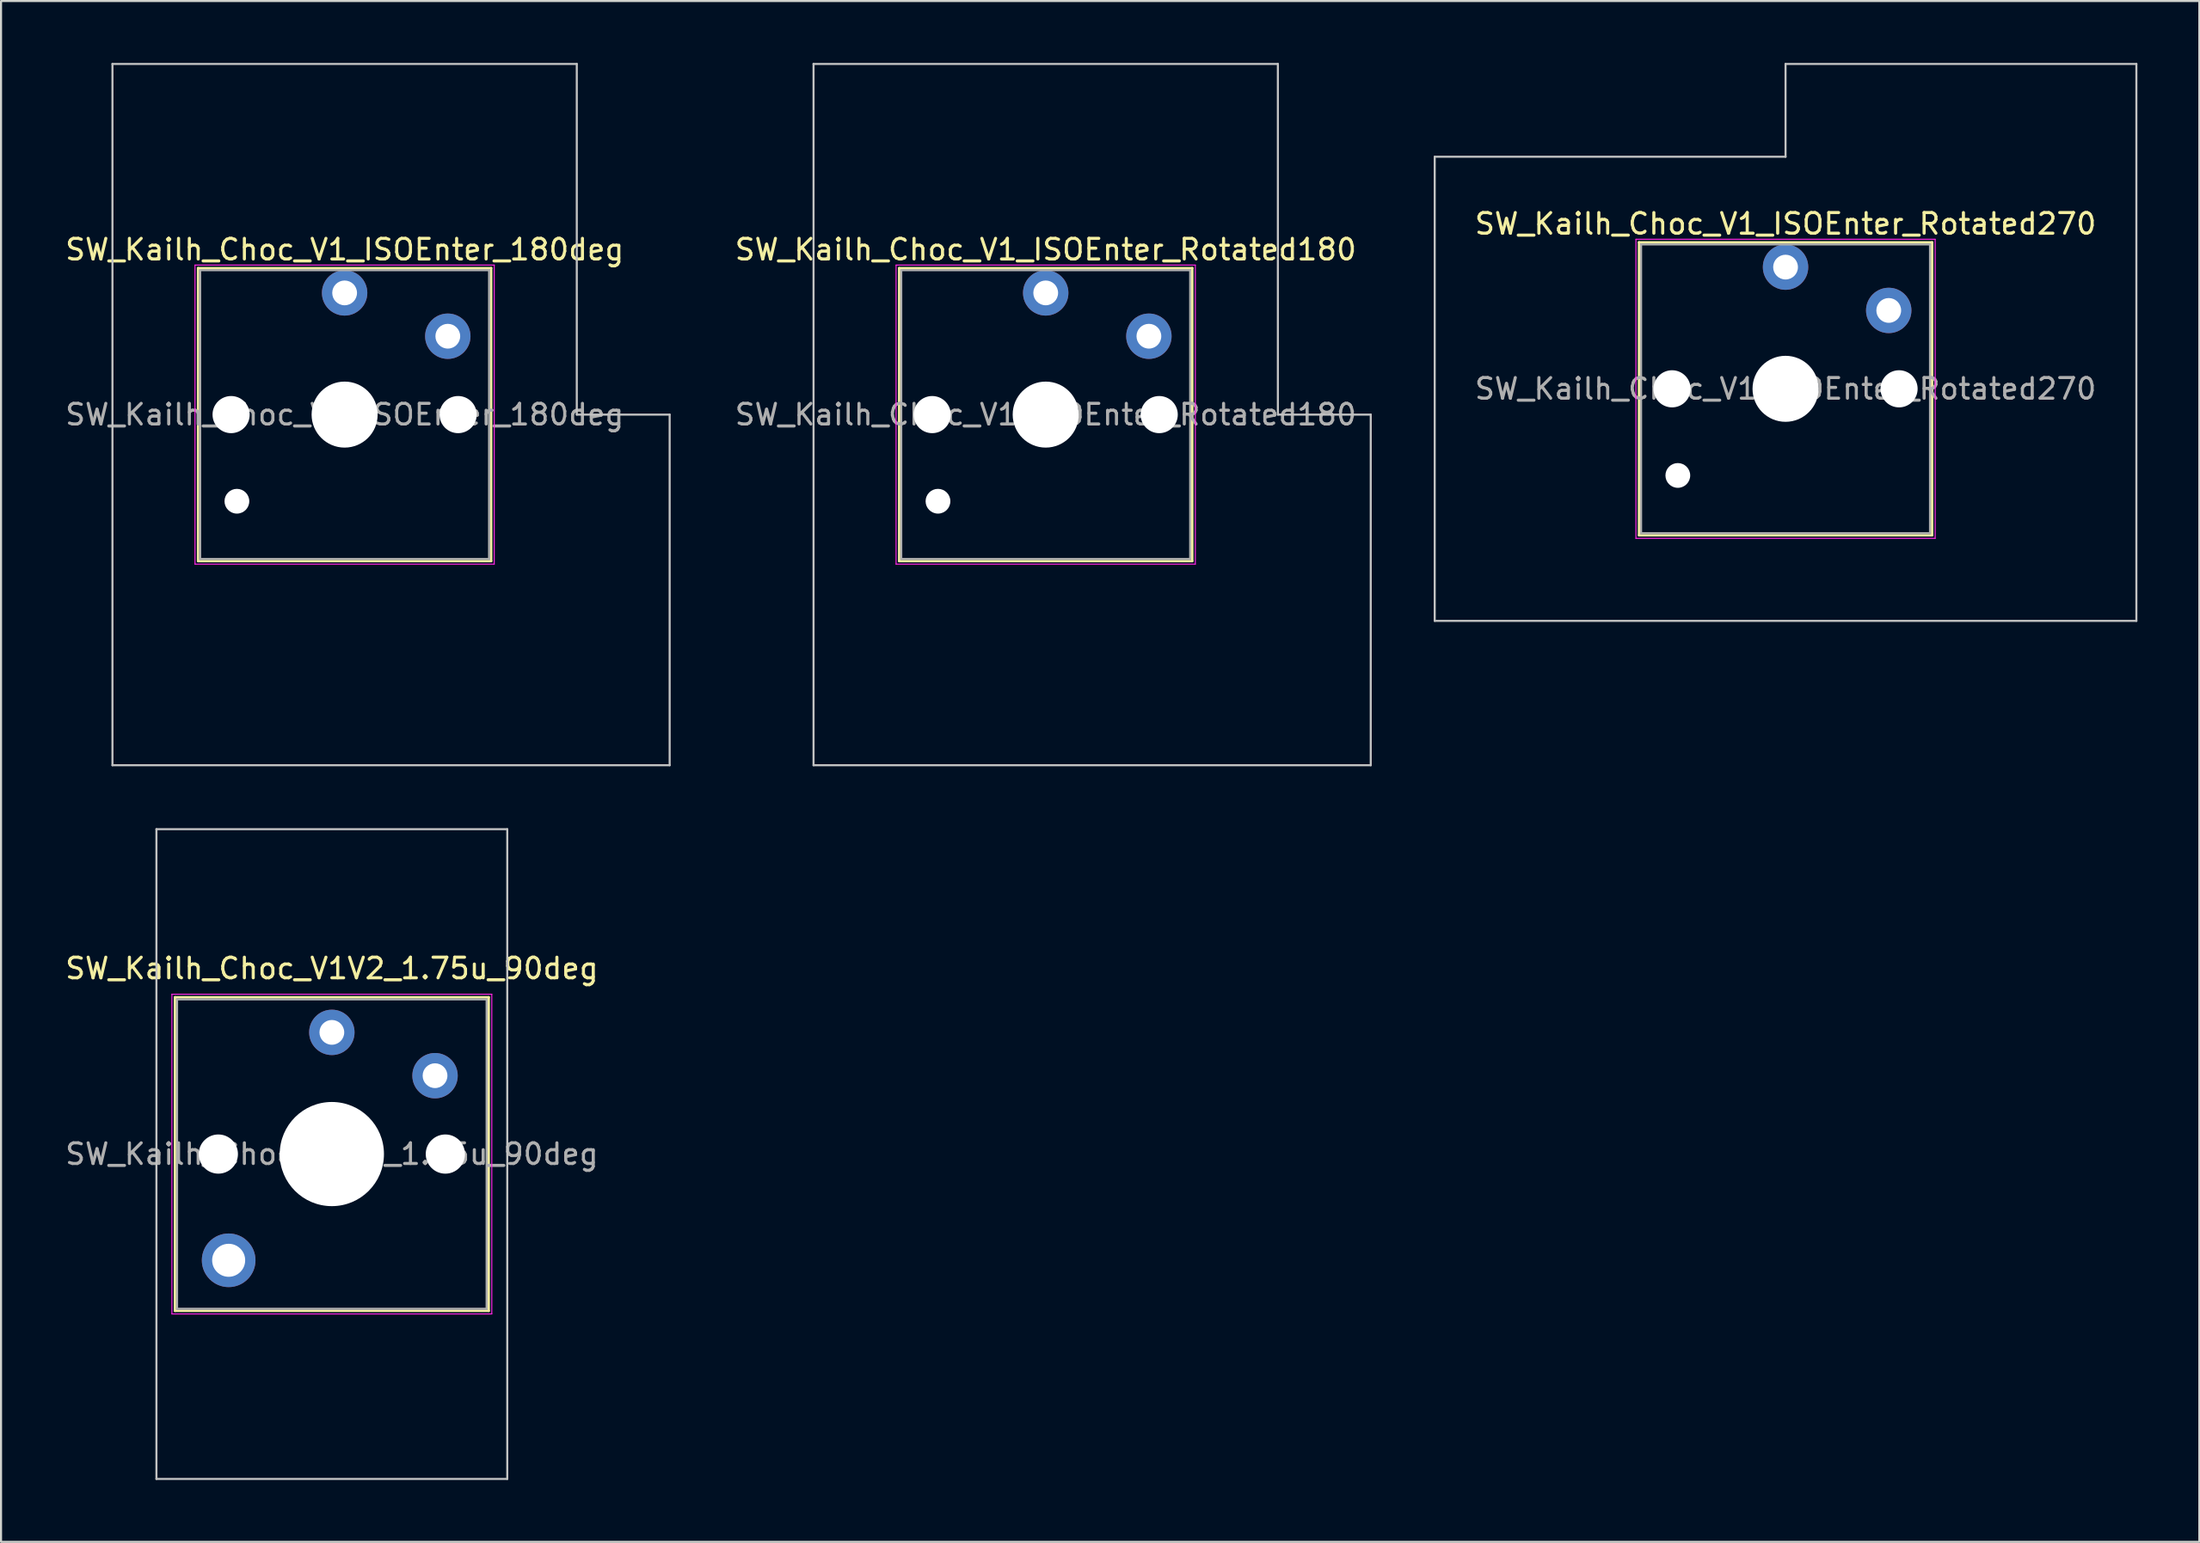
<source format=kicad_pcb>
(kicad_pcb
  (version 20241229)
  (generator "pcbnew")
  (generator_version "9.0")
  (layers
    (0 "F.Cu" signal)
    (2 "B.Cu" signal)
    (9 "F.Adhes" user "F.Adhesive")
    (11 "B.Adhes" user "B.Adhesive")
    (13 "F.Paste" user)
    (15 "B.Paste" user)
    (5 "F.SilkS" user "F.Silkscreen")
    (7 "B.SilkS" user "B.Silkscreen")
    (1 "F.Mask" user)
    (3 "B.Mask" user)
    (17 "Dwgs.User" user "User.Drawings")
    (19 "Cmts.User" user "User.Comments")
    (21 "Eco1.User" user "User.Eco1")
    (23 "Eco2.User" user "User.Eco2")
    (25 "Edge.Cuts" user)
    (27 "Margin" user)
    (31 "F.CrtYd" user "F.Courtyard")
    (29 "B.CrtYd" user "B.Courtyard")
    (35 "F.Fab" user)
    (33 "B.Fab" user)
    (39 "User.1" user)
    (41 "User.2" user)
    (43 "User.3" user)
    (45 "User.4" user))
  (footprint "SW_Kailh_Choc_V1_ISOEnter_Rotated270"
    (layer "F.Cu")
    (at 83.471 15.8)
    (property "Reference" "SW_Kailh_Choc_V1_ISOEnter_Rotated270" (at 0 -8 0) (layer "F.SilkS") (effects (font (size 1 1) (thickness 0.15))))
    (attr through_hole)
    (fp_line (start -7.1 -7.1) (end -7.1 7.1) (stroke (width 0.12) (type solid)) (layer "F.SilkS"))
    (fp_line (start -7.1 7.1) (end 7.1 7.1) (stroke (width 0.12) (type solid)) (layer "F.SilkS"))
    (fp_line (start 7.1 -7.1) (end -7.1 -7.1) (stroke (width 0.12) (type solid)) (layer "F.SilkS"))
    (fp_line (start 7.1 7.1) (end 7.1 -7.1) (stroke (width 0.12) (type solid)) (layer "F.SilkS"))
    (fp_line (start -17 -11.25) (end -17 11.25) (stroke (width 0.1) (type solid)) (layer "Dwgs.User"))
    (fp_line (start -17 11.25) (end 17 11.25) (stroke (width 0.1) (type solid)) (layer "Dwgs.User"))
    (fp_line (start 0 -15.75) (end 0 -11.25) (stroke (width 0.1) (type solid)) (layer "Dwgs.User"))
    (fp_line (start 0 -11.25) (end -17 -11.25) (stroke (width 0.1) (type solid)) (layer "Dwgs.User"))
    (fp_line (start 17 -15.75) (end 0 -15.75) (stroke (width 0.1) (type solid)) (layer "Dwgs.User"))
    (fp_line (start 17 11.25) (end 17 -15.75) (stroke (width 0.1) (type solid)) (layer "Dwgs.User"))
    (fp_line (start -7.25 -7.25) (end -7.25 7.25) (stroke (width 0.05) (type solid)) (layer "F.CrtYd"))
    (fp_line (start -7.25 7.25) (end 7.25 7.25) (stroke (width 0.05) (type solid)) (layer "F.CrtYd"))
    (fp_line (start 7.25 -7.25) (end -7.25 -7.25) (stroke (width 0.05) (type solid)) (layer "F.CrtYd"))
    (fp_line (start 7.25 7.25) (end 7.25 -7.25) (stroke (width 0.05) (type solid)) (layer "F.CrtYd"))
    (fp_line (start -7 -7) (end -7 7) (stroke (width 0.1) (type solid)) (layer "F.Fab"))
    (fp_line (start -7 7) (end 7 7) (stroke (width 0.1) (type solid)) (layer "F.Fab"))
    (fp_line (start 7 -7) (end -7 -7) (stroke (width 0.1) (type solid)) (layer "F.Fab"))
    (fp_line (start 7 7) (end 7 -7) (stroke (width 0.1) (type solid)) (layer "F.Fab"))
    (fp_text user "${REFERENCE}" (at 0 0 0) (layer "F.Fab") (effects (font (size 1 1) (thickness 0.15))))
    (pad "" np_thru_hole circle (at -5.5 0) (size 1.8 1.8) (drill 1.8) (layers "*.Cu" "*.Mask"))
    (pad "" np_thru_hole circle (at -5.22 4.2) (size 1.2 1.2) (drill 1.2) (layers "*.Cu" "*.Mask"))
    (pad "" np_thru_hole circle (at 0 0) (size 3.2 3.2) (drill 3.2) (layers "*.Cu" "*.Mask"))
    (pad "" np_thru_hole circle (at 5.5 0) (size 1.8 1.8) (drill 1.8) (layers "*.Cu" "*.Mask"))
    (pad "1" thru_hole circle (at 0 -5.9) (size 2.2 2.2) (drill 1.2) (layers "*.Cu" "B.Mask"))
    (pad "2" thru_hole circle (at 5 -3.8) (size 2.2 2.2) (drill 1.2) (layers "*.Cu" "B.Mask")))
  (footprint "SW_Kailh_Choc_V1_ISOEnter_Rotated180"
    (layer "F.Cu")
    (at 47.621 17.05)
    (property "Reference" "SW_Kailh_Choc_V1_ISOEnter_Rotated180" (at 0 -8 0) (layer "F.SilkS") (effects (font (size 1 1) (thickness 0.15))))
    (attr through_hole)
    (fp_line (start -7.1 -7.1) (end -7.1 7.1) (stroke (width 0.12) (type solid)) (layer "F.SilkS"))
    (fp_line (start -7.1 7.1) (end 7.1 7.1) (stroke (width 0.12) (type solid)) (layer "F.SilkS"))
    (fp_line (start 7.1 -7.1) (end -7.1 -7.1) (stroke (width 0.12) (type solid)) (layer "F.SilkS"))
    (fp_line (start 7.1 7.1) (end 7.1 -7.1) (stroke (width 0.12) (type solid)) (layer "F.SilkS"))
    (fp_line (start -11.25 -17) (end -11.25 17) (stroke (width 0.1) (type solid)) (layer "Dwgs.User"))
    (fp_line (start -11.25 17) (end 15.75 17) (stroke (width 0.1) (type solid)) (layer "Dwgs.User"))
    (fp_line (start 11.25 -17) (end -11.25 -17) (stroke (width 0.1) (type solid)) (layer "Dwgs.User"))
    (fp_line (start 11.25 0) (end 11.25 -17) (stroke (width 0.1) (type solid)) (layer "Dwgs.User"))
    (fp_line (start 15.75 0) (end 11.25 0) (stroke (width 0.1) (type solid)) (layer "Dwgs.User"))
    (fp_line (start 15.75 17) (end 15.75 0) (stroke (width 0.1) (type solid)) (layer "Dwgs.User"))
    (fp_line (start -7.25 -7.25) (end -7.25 7.25) (stroke (width 0.05) (type solid)) (layer "F.CrtYd"))
    (fp_line (start -7.25 7.25) (end 7.25 7.25) (stroke (width 0.05) (type solid)) (layer "F.CrtYd"))
    (fp_line (start 7.25 -7.25) (end -7.25 -7.25) (stroke (width 0.05) (type solid)) (layer "F.CrtYd"))
    (fp_line (start 7.25 7.25) (end 7.25 -7.25) (stroke (width 0.05) (type solid)) (layer "F.CrtYd"))
    (fp_line (start -7 -7) (end -7 7) (stroke (width 0.1) (type solid)) (layer "F.Fab"))
    (fp_line (start -7 7) (end 7 7) (stroke (width 0.1) (type solid)) (layer "F.Fab"))
    (fp_line (start 7 -7) (end -7 -7) (stroke (width 0.1) (type solid)) (layer "F.Fab"))
    (fp_line (start 7 7) (end 7 -7) (stroke (width 0.1) (type solid)) (layer "F.Fab"))
    (fp_text user "${REFERENCE}" (at 0 0 0) (layer "F.Fab") (effects (font (size 1 1) (thickness 0.15))))
    (pad "" np_thru_hole circle (at -5.5 0) (size 1.8 1.8) (drill 1.8) (layers "*.Cu" "*.Mask"))
    (pad "" np_thru_hole circle (at -5.22 4.2) (size 1.2 1.2) (drill 1.2) (layers "*.Cu" "*.Mask"))
    (pad "" np_thru_hole circle (at 0 0) (size 3.2 3.2) (drill 3.2) (layers "*.Cu" "*.Mask"))
    (pad "" np_thru_hole circle (at 5.5 0) (size 1.8 1.8) (drill 1.8) (layers "*.Cu" "*.Mask"))
    (pad "1" thru_hole circle (at 0 -5.9) (size 2.2 2.2) (drill 1.2) (layers "*.Cu" "B.Mask"))
    (pad "2" thru_hole circle (at 5 -3.8) (size 2.2 2.2) (drill 1.2) (layers "*.Cu" "B.Mask")))
  (footprint "SW_Kailh_Choc_V1V2_1.75u_90deg"
    (layer "F.Cu")
    (at 13.03 52.9)
    (property "Reference" "SW_Kailh_Choc_V1V2_1.75u_90deg" (at 0 -9 0) (layer "F.SilkS") (effects (font (size 1 1) (thickness 0.15))))
    (attr through_hole)
    (fp_line (start -7.6 -7.6) (end -7.6 7.6) (stroke (width 0.12) (type solid)) (layer "F.SilkS"))
    (fp_line (start -7.6 7.6) (end 7.6 7.6) (stroke (width 0.12) (type solid)) (layer "F.SilkS"))
    (fp_line (start 7.6 -7.6) (end -7.6 -7.6) (stroke (width 0.12) (type solid)) (layer "F.SilkS"))
    (fp_line (start 7.6 7.6) (end 7.6 -7.6) (stroke (width 0.12) (type solid)) (layer "F.SilkS"))
    (fp_line (start -8.5 -15.75) (end 8.5 -15.75) (stroke (width 0.1) (type solid)) (layer "Dwgs.User"))
    (fp_line (start -8.5 15.75) (end -8.5 -15.75) (stroke (width 0.1) (type solid)) (layer "Dwgs.User"))
    (fp_line (start 8.5 -15.75) (end 8.5 15.75) (stroke (width 0.1) (type solid)) (layer "Dwgs.User"))
    (fp_line (start 8.5 15.75) (end -8.5 15.75) (stroke (width 0.1) (type solid)) (layer "Dwgs.User"))
    (fp_line (start -7.25 -7.25) (end -7.25 7.25) (stroke (width 0.1) (type solid)) (layer "Eco1.User"))
    (fp_line (start -7.25 7.25) (end 7.25 7.25) (stroke (width 0.1) (type solid)) (layer "Eco1.User"))
    (fp_line (start 7.25 -7.25) (end -7.25 -7.25) (stroke (width 0.1) (type solid)) (layer "Eco1.User"))
    (fp_line (start 7.25 7.25) (end 7.25 -7.25) (stroke (width 0.1) (type solid)) (layer "Eco1.User"))
    (fp_line (start -7.75 -7.75) (end -7.75 7.75) (stroke (width 0.05) (type solid)) (layer "F.CrtYd"))
    (fp_line (start -7.75 7.75) (end 7.75 7.75) (stroke (width 0.05) (type solid)) (layer "F.CrtYd"))
    (fp_line (start 7.75 -7.75) (end -7.75 -7.75) (stroke (width 0.05) (type solid)) (layer "F.CrtYd"))
    (fp_line (start 7.75 7.75) (end 7.75 -7.75) (stroke (width 0.05) (type solid)) (layer "F.CrtYd"))
    (fp_line (start -7.5 -7.5) (end -7.5 7.5) (stroke (width 0.1) (type solid)) (layer "F.Fab"))
    (fp_line (start -7.5 7.5) (end 7.5 7.5) (stroke (width 0.1) (type solid)) (layer "F.Fab"))
    (fp_line (start 7.5 -7.5) (end -7.5 -7.5) (stroke (width 0.1) (type solid)) (layer "F.Fab"))
    (fp_line (start 7.5 7.5) (end 7.5 -7.5) (stroke (width 0.1) (type solid)) (layer "F.Fab"))
    (fp_text user "${REFERENCE}" (at 0 0 0) (layer "F.Fab") (effects (font (size 1 1) (thickness 0.15))))
    (pad "" np_thru_hole circle (at -5.5 0) (size 1.9 1.9) (drill 1.9) (layers "*.Cu" "*.Mask"))
    (pad "" thru_hole circle (at -5 5.15) (size 2.6 2.6) (drill 1.6) (layers "*.Cu" "*.Mask"))
    (pad "" np_thru_hole circle (at 0 0) (size 5.05 5.05) (drill 5.05) (layers "*.Cu" "*.Mask"))
    (pad "" np_thru_hole circle (at 5.5 0) (size 1.9 1.9) (drill 1.9) (layers "*.Cu" "*.Mask"))
    (pad "1" thru_hole circle (at 0 -5.9) (size 2.2 2.2) (drill 1.2) (layers "*.Cu" "*.Mask"))
    (pad "2" thru_hole circle (at 5 -3.8) (size 2.2 2.2) (drill 1.2) (layers "*.Cu" "*.Mask")))
  (footprint "SW_Kailh_Choc_V1_ISOEnter_180deg"
    (layer "F.Cu")
    (at 13.649 17.05)
    (property "Reference" "SW_Kailh_Choc_V1_ISOEnter_180deg" (at 0 -8 0) (layer "F.SilkS") (effects (font (size 1 1) (thickness 0.15))))
    (attr through_hole)
    (fp_line (start -7.1 -7.1) (end -7.1 7.1) (stroke (width 0.12) (type solid)) (layer "F.SilkS"))
    (fp_line (start -7.1 7.1) (end 7.1 7.1) (stroke (width 0.12) (type solid)) (layer "F.SilkS"))
    (fp_line (start 7.1 -7.1) (end -7.1 -7.1) (stroke (width 0.12) (type solid)) (layer "F.SilkS"))
    (fp_line (start 7.1 7.1) (end 7.1 -7.1) (stroke (width 0.12) (type solid)) (layer "F.SilkS"))
    (fp_line (start -11.25 -17) (end -11.25 17) (stroke (width 0.1) (type solid)) (layer "Dwgs.User"))
    (fp_line (start -11.25 17) (end 15.75 17) (stroke (width 0.1) (type solid)) (layer "Dwgs.User"))
    (fp_line (start 11.25 -17) (end -11.25 -17) (stroke (width 0.1) (type solid)) (layer "Dwgs.User"))
    (fp_line (start 11.25 0) (end 11.25 -17) (stroke (width 0.1) (type solid)) (layer "Dwgs.User"))
    (fp_line (start 15.75 0) (end 11.25 0) (stroke (width 0.1) (type solid)) (layer "Dwgs.User"))
    (fp_line (start 15.75 17) (end 15.75 0) (stroke (width 0.1) (type solid)) (layer "Dwgs.User"))
    (fp_line (start -7.25 -7.25) (end -7.25 7.25) (stroke (width 0.05) (type solid)) (layer "F.CrtYd"))
    (fp_line (start -7.25 7.25) (end 7.25 7.25) (stroke (width 0.05) (type solid)) (layer "F.CrtYd"))
    (fp_line (start 7.25 -7.25) (end -7.25 -7.25) (stroke (width 0.05) (type solid)) (layer "F.CrtYd"))
    (fp_line (start 7.25 7.25) (end 7.25 -7.25) (stroke (width 0.05) (type solid)) (layer "F.CrtYd"))
    (fp_line (start -7 -7) (end -7 7) (stroke (width 0.1) (type solid)) (layer "F.Fab"))
    (fp_line (start -7 7) (end 7 7) (stroke (width 0.1) (type solid)) (layer "F.Fab"))
    (fp_line (start 7 -7) (end -7 -7) (stroke (width 0.1) (type solid)) (layer "F.Fab"))
    (fp_line (start 7 7) (end 7 -7) (stroke (width 0.1) (type solid)) (layer "F.Fab"))
    (fp_text user "${REFERENCE}" (at 0 0 0) (layer "F.Fab") (effects (font (size 1 1) (thickness 0.15))))
    (pad "" np_thru_hole circle (at -5.5 0) (size 1.8 1.8) (drill 1.8) (layers "*.Cu" "*.Mask"))
    (pad "" np_thru_hole circle (at -5.22 4.2) (size 1.2 1.2) (drill 1.2) (layers "*.Cu" "*.Mask"))
    (pad "" np_thru_hole circle (at 0 0) (size 3.2 3.2) (drill 3.2) (layers "*.Cu" "*.Mask"))
    (pad "" np_thru_hole circle (at 5.5 0) (size 1.8 1.8) (drill 1.8) (layers "*.Cu" "*.Mask"))
    (pad "1" thru_hole circle (at 0 -5.9) (size 2.2 2.2) (drill 1.2) (layers "*.Cu" "B.Mask"))
    (pad "2" thru_hole circle (at 5 -3.8) (size 2.2 2.2) (drill 1.2) (layers "*.Cu" "B.Mask")))
  (gr_rect
    (start -3 -3)
    (end 103.521 71.7)
    (stroke (width 0.1) (type default))
    (fill no)
    (layer "Edge.Cuts")))
</source>
